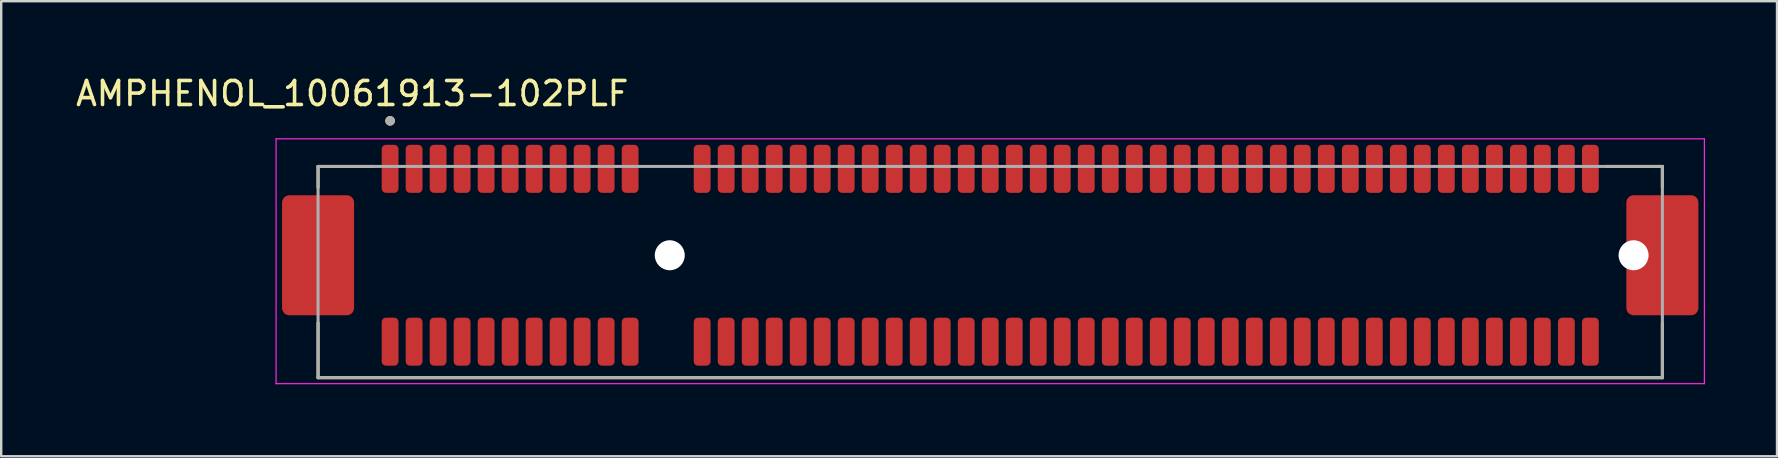
<source format=kicad_pcb>
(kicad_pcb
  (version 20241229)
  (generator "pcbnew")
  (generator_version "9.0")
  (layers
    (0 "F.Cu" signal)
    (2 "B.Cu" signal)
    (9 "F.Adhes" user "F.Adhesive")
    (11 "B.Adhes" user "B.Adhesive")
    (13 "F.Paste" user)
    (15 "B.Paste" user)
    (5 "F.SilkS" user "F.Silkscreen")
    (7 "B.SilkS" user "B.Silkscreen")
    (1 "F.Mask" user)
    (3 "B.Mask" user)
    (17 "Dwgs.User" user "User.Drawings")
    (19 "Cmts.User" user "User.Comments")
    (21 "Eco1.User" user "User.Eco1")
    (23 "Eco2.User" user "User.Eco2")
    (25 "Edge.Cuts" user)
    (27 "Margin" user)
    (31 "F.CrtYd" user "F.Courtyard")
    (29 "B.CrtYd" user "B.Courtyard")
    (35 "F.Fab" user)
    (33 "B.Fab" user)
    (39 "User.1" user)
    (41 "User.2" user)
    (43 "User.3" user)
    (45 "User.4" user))
  (footprint "AMPHENOL_10061913-102PLF"
    (layer "F.Cu")
    (at 24.85 7.583)
    (property "Reference" "AMPHENOL_10061913-102PLF" (at -13.225 -6.735 0) (layer "F.SilkS") (effects (font (size 1 1) (thickness 0.15))))
    (attr smd)
    (fp_line (start -14.65 -3.7) (end -14.65 -2.82) (stroke (width 0.127) (type solid)) (layer "F.SilkS"))
    (fp_line (start -14.65 5.1) (end -14.65 2.82) (stroke (width 0.127) (type solid)) (layer "F.SilkS"))
    (fp_line (start -14.65 5.1) (end 41.35 5.1) (stroke (width 0.127) (type solid)) (layer "F.SilkS"))
    (fp_line (start -12.32 -3.7) (end -14.65 -3.7) (stroke (width 0.127) (type solid)) (layer "F.SilkS"))
    (fp_line (start 41.35 -3.7) (end 39.02 -3.7) (stroke (width 0.127) (type solid)) (layer "F.SilkS"))
    (fp_line (start 41.35 -2.82) (end 41.35 -3.7) (stroke (width 0.127) (type solid)) (layer "F.SilkS"))
    (fp_line (start 41.35 5.1) (end 41.35 2.82) (stroke (width 0.127) (type solid)) (layer "F.SilkS"))
    (fp_circle (center -11.65 -5.6) (end -11.55 -5.6) (stroke (width 0.2) (type solid)) (fill no) (layer "F.SilkS"))
    (fp_poly (pts (xy 39.85 0.55) (xy 39.85 2.5) (xy 42.85 2.5) (xy 42.85 -2.5) (xy 39.85 -2.5) (xy 39.85 -0.55) (xy 39.9 -0.575) (xy 39.95 -0.595) (xy 40.02 -0.615) (xy 40.09 -0.625) (xy 40.15 -0.625) (xy 40.183 -0.624) (xy 40.215 -0.622) (xy 40.248 -0.617) (xy 40.28 -0.611) (xy 40.312 -0.604) (xy 40.343 -0.594) (xy 40.374 -0.583) (xy 40.404 -0.571) (xy 40.434 -0.557) (xy 40.462 -0.541) (xy 40.49 -0.524) (xy 40.517 -0.506) (xy 40.543 -0.486) (xy 40.568 -0.464) (xy 40.592 -0.442) (xy 40.614 -0.418) (xy 40.636 -0.393) (xy 40.656 -0.367) (xy 40.674 -0.34) (xy 40.691 -0.312) (xy 40.707 -0.284) (xy 40.721 -0.254) (xy 40.733 -0.224) (xy 40.744 -0.193) (xy 40.754 -0.162) (xy 40.761 -0.13) (xy 40.767 -0.098) (xy 40.772 -0.065) (xy 40.774 -0.033) (xy 40.775 0) (xy 40.774 0.033) (xy 40.772 0.065) (xy 40.767 0.098) (xy 40.761 0.13) (xy 40.754 0.162) (xy 40.744 0.193) (xy 40.733 0.224) (xy 40.721 0.254) (xy 40.707 0.284) (xy 40.691 0.312) (xy 40.674 0.34) (xy 40.656 0.367) (xy 40.636 0.393) (xy 40.614 0.418) (xy 40.592 0.442) (xy 40.568 0.464) (xy 40.543 0.486) (xy 40.517 0.506) (xy 40.49 0.524) (xy 40.462 0.541) (xy 40.434 0.557) (xy 40.404 0.571) (xy 40.374 0.583) (xy 40.343 0.594) (xy 40.312 0.604) (xy 40.28 0.611) (xy 40.248 0.617) (xy 40.215 0.622) (xy 40.183 0.624) (xy 40.15 0.625) (xy 40.095 0.625) (xy 40.05 0.62) (xy 40.005 0.61) (xy 39.94 0.59) (xy 39.88 0.565) (xy 39.85 0.55)) (stroke (width 0.01) (type solid)) (fill yes) (layer "F.Paste"))
    (fp_line (start -16.4 -4.85) (end -16.4 5.35) (stroke (width 0.05) (type solid)) (layer "F.CrtYd"))
    (fp_line (start -16.4 5.35) (end 43.1 5.35) (stroke (width 0.05) (type solid)) (layer "F.CrtYd"))
    (fp_line (start 43.1 -4.85) (end -16.4 -4.85) (stroke (width 0.05) (type solid)) (layer "F.CrtYd"))
    (fp_line (start 43.1 5.35) (end 43.1 -4.85) (stroke (width 0.05) (type solid)) (layer "F.CrtYd"))
    (fp_line (start -14.65 -3.7) (end -14.65 5.1) (stroke (width 0.127) (type solid)) (layer "F.Fab"))
    (fp_line (start -14.65 5.1) (end 41.35 5.1) (stroke (width 0.127) (type solid)) (layer "F.Fab"))
    (fp_line (start 41.35 -3.7) (end -14.65 -3.7) (stroke (width 0.127) (type solid)) (layer "F.Fab"))
    (fp_line (start 41.35 5.1) (end 41.35 -3.7) (stroke (width 0.127) (type solid)) (layer "F.Fab"))
    (fp_circle (center -11.65 -5.6) (end -11.55 -5.6) (stroke (width 0.2) (type solid)) (fill no) (layer "F.Fab"))
    (pad "" np_thru_hole circle (at 0 0) (size 1.25 1.25) (drill 1.25) (layers "*.Cu" "*.Mask"))
    (pad "" np_thru_hole circle (at 40.15 0) (size 1.25 1.25) (drill 1.25) (layers "*.Cu" "*.Mask"))
    (pad "A1" smd roundrect (at -11.65 -3.6) (size 0.7 2) (layers "F.Cu" "F.Mask" "F.Paste") (roundrect_rratio 0.25))
    (pad "A2" smd roundrect (at -10.65 -3.6) (size 0.7 2) (layers "F.Cu" "F.Mask" "F.Paste") (roundrect_rratio 0.25))
    (pad "A3" smd roundrect (at -9.65 -3.6) (size 0.7 2) (layers "F.Cu" "F.Mask" "F.Paste") (roundrect_rratio 0.25))
    (pad "A4" smd roundrect (at -8.65 -3.6) (size 0.7 2) (layers "F.Cu" "F.Mask" "F.Paste") (roundrect_rratio 0.25))
    (pad "A5" smd roundrect (at -7.65 -3.6) (size 0.7 2) (layers "F.Cu" "F.Mask" "F.Paste") (roundrect_rratio 0.25))
    (pad "A6" smd roundrect (at -6.65 -3.6) (size 0.7 2) (layers "F.Cu" "F.Mask" "F.Paste") (roundrect_rratio 0.25))
    (pad "A7" smd roundrect (at -5.65 -3.6) (size 0.7 2) (layers "F.Cu" "F.Mask" "F.Paste") (roundrect_rratio 0.25))
    (pad "A8" smd roundrect (at -4.65 -3.6) (size 0.7 2) (layers "F.Cu" "F.Mask" "F.Paste") (roundrect_rratio 0.25))
    (pad "A9" smd roundrect (at -3.65 -3.6) (size 0.7 2) (layers "F.Cu" "F.Mask" "F.Paste") (roundrect_rratio 0.25))
    (pad "A10" smd roundrect (at -2.65 -3.6) (size 0.7 2) (layers "F.Cu" "F.Mask" "F.Paste") (roundrect_rratio 0.25))
    (pad "A11" smd roundrect (at -1.65 -3.6) (size 0.7 2) (layers "F.Cu" "F.Mask" "F.Paste") (roundrect_rratio 0.25))
    (pad "A12" smd roundrect (at 1.35 -3.6) (size 0.7 2) (layers "F.Cu" "F.Mask" "F.Paste") (roundrect_rratio 0.25))
    (pad "A13" smd roundrect (at 2.35 -3.6) (size 0.7 2) (layers "F.Cu" "F.Mask" "F.Paste") (roundrect_rratio 0.25))
    (pad "A14" smd roundrect (at 3.35 -3.6) (size 0.7 2) (layers "F.Cu" "F.Mask" "F.Paste") (roundrect_rratio 0.25))
    (pad "A15" smd roundrect (at 4.35 -3.6) (size 0.7 2) (layers "F.Cu" "F.Mask" "F.Paste") (roundrect_rratio 0.25))
    (pad "A16" smd roundrect (at 5.35 -3.6) (size 0.7 2) (layers "F.Cu" "F.Mask" "F.Paste") (roundrect_rratio 0.25))
    (pad "A17" smd roundrect (at 6.35 -3.6) (size 0.7 2) (layers "F.Cu" "F.Mask" "F.Paste") (roundrect_rratio 0.25))
    (pad "A18" smd roundrect (at 7.35 -3.6) (size 0.7 2) (layers "F.Cu" "F.Mask" "F.Paste") (roundrect_rratio 0.25))
    (pad "A19" smd roundrect (at 8.35 -3.6) (size 0.7 2) (layers "F.Cu" "F.Mask" "F.Paste") (roundrect_rratio 0.25))
    (pad "A20" smd roundrect (at 9.35 -3.6) (size 0.7 2) (layers "F.Cu" "F.Mask" "F.Paste") (roundrect_rratio 0.25))
    (pad "A21" smd roundrect (at 10.35 -3.6) (size 0.7 2) (layers "F.Cu" "F.Mask" "F.Paste") (roundrect_rratio 0.25))
    (pad "A22" smd roundrect (at 11.35 -3.6) (size 0.7 2) (layers "F.Cu" "F.Mask" "F.Paste") (roundrect_rratio 0.25))
    (pad "A23" smd roundrect (at 12.35 -3.6) (size 0.7 2) (layers "F.Cu" "F.Mask" "F.Paste") (roundrect_rratio 0.25))
    (pad "A24" smd roundrect (at 13.35 -3.6) (size 0.7 2) (layers "F.Cu" "F.Mask" "F.Paste") (roundrect_rratio 0.25))
    (pad "A25" smd roundrect (at 14.35 -3.6) (size 0.7 2) (layers "F.Cu" "F.Mask" "F.Paste") (roundrect_rratio 0.25))
    (pad "A26" smd roundrect (at 15.35 -3.6) (size 0.7 2) (layers "F.Cu" "F.Mask" "F.Paste") (roundrect_rratio 0.25))
    (pad "A27" smd roundrect (at 16.35 -3.6) (size 0.7 2) (layers "F.Cu" "F.Mask" "F.Paste") (roundrect_rratio 0.25))
    (pad "A28" smd roundrect (at 17.35 -3.6) (size 0.7 2) (layers "F.Cu" "F.Mask" "F.Paste") (roundrect_rratio 0.25))
    (pad "A29" smd roundrect (at 18.35 -3.6) (size 0.7 2) (layers "F.Cu" "F.Mask" "F.Paste") (roundrect_rratio 0.25))
    (pad "A30" smd roundrect (at 19.35 -3.6) (size 0.7 2) (layers "F.Cu" "F.Mask" "F.Paste") (roundrect_rratio 0.25))
    (pad "A31" smd roundrect (at 20.35 -3.6) (size 0.7 2) (layers "F.Cu" "F.Mask" "F.Paste") (roundrect_rratio 0.25))
    (pad "A32" smd roundrect (at 21.35 -3.6) (size 0.7 2) (layers "F.Cu" "F.Mask" "F.Paste") (roundrect_rratio 0.25))
    (pad "A33" smd roundrect (at 22.35 -3.6) (size 0.7 2) (layers "F.Cu" "F.Mask" "F.Paste") (roundrect_rratio 0.25))
    (pad "A34" smd roundrect (at 23.35 -3.6) (size 0.7 2) (layers "F.Cu" "F.Mask" "F.Paste") (roundrect_rratio 0.25))
    (pad "A35" smd roundrect (at 24.35 -3.6) (size 0.7 2) (layers "F.Cu" "F.Mask" "F.Paste") (roundrect_rratio 0.25))
    (pad "A36" smd roundrect (at 25.35 -3.6) (size 0.7 2) (layers "F.Cu" "F.Mask" "F.Paste") (roundrect_rratio 0.25))
    (pad "A37" smd roundrect (at 26.35 -3.6) (size 0.7 2) (layers "F.Cu" "F.Mask" "F.Paste") (roundrect_rratio 0.25))
    (pad "A38" smd roundrect (at 27.35 -3.6) (size 0.7 2) (layers "F.Cu" "F.Mask" "F.Paste") (roundrect_rratio 0.25))
    (pad "A39" smd roundrect (at 28.35 -3.6) (size 0.7 2) (layers "F.Cu" "F.Mask" "F.Paste") (roundrect_rratio 0.25))
    (pad "A40" smd roundrect (at 29.35 -3.6) (size 0.7 2) (layers "F.Cu" "F.Mask" "F.Paste") (roundrect_rratio 0.25))
    (pad "A41" smd roundrect (at 30.35 -3.6) (size 0.7 2) (layers "F.Cu" "F.Mask" "F.Paste") (roundrect_rratio 0.25))
    (pad "A42" smd roundrect (at 31.35 -3.6) (size 0.7 2) (layers "F.Cu" "F.Mask" "F.Paste") (roundrect_rratio 0.25))
    (pad "A43" smd roundrect (at 32.35 -3.6) (size 0.7 2) (layers "F.Cu" "F.Mask" "F.Paste") (roundrect_rratio 0.25))
    (pad "A44" smd roundrect (at 33.35 -3.6) (size 0.7 2) (layers "F.Cu" "F.Mask" "F.Paste") (roundrect_rratio 0.25))
    (pad "A45" smd roundrect (at 34.35 -3.6) (size 0.7 2) (layers "F.Cu" "F.Mask" "F.Paste") (roundrect_rratio 0.25))
    (pad "A46" smd roundrect (at 35.35 -3.6) (size 0.7 2) (layers "F.Cu" "F.Mask" "F.Paste") (roundrect_rratio 0.25))
    (pad "A47" smd roundrect (at 36.35 -3.6) (size 0.7 2) (layers "F.Cu" "F.Mask" "F.Paste") (roundrect_rratio 0.25))
    (pad "A48" smd roundrect (at 37.35 -3.6) (size 0.7 2) (layers "F.Cu" "F.Mask" "F.Paste") (roundrect_rratio 0.25))
    (pad "A49" smd roundrect (at 38.35 -3.6) (size 0.7 2) (layers "F.Cu" "F.Mask" "F.Paste") (roundrect_rratio 0.25))
    (pad "B1" smd roundrect (at -11.65 3.6) (size 0.7 2) (layers "F.Cu" "F.Mask" "F.Paste") (roundrect_rratio 0.25))
    (pad "B2" smd roundrect (at -10.65 3.6) (size 0.7 2) (layers "F.Cu" "F.Mask" "F.Paste") (roundrect_rratio 0.25))
    (pad "B3" smd roundrect (at -9.65 3.6) (size 0.7 2) (layers "F.Cu" "F.Mask" "F.Paste") (roundrect_rratio 0.25))
    (pad "B4" smd roundrect (at -8.65 3.6) (size 0.7 2) (layers "F.Cu" "F.Mask" "F.Paste") (roundrect_rratio 0.25))
    (pad "B5" smd roundrect (at -7.65 3.6) (size 0.7 2) (layers "F.Cu" "F.Mask" "F.Paste") (roundrect_rratio 0.25))
    (pad "B6" smd roundrect (at -6.65 3.6) (size 0.7 2) (layers "F.Cu" "F.Mask" "F.Paste") (roundrect_rratio 0.25))
    (pad "B7" smd roundrect (at -5.65 3.6) (size 0.7 2) (layers "F.Cu" "F.Mask" "F.Paste") (roundrect_rratio 0.25))
    (pad "B8" smd roundrect (at -4.65 3.6) (size 0.7 2) (layers "F.Cu" "F.Mask" "F.Paste") (roundrect_rratio 0.25))
    (pad "B9" smd roundrect (at -3.65 3.6) (size 0.7 2) (layers "F.Cu" "F.Mask" "F.Paste") (roundrect_rratio 0.25))
    (pad "B10" smd roundrect (at -2.65 3.6) (size 0.7 2) (layers "F.Cu" "F.Mask" "F.Paste") (roundrect_rratio 0.25))
    (pad "B11" smd roundrect (at -1.65 3.6) (size 0.7 2) (layers "F.Cu" "F.Mask" "F.Paste") (roundrect_rratio 0.25))
    (pad "B12" smd roundrect (at 1.35 3.6) (size 0.7 2) (layers "F.Cu" "F.Mask" "F.Paste") (roundrect_rratio 0.25))
    (pad "B13" smd roundrect (at 2.35 3.6) (size 0.7 2) (layers "F.Cu" "F.Mask" "F.Paste") (roundrect_rratio 0.25))
    (pad "B14" smd roundrect (at 3.35 3.6) (size 0.7 2) (layers "F.Cu" "F.Mask" "F.Paste") (roundrect_rratio 0.25))
    (pad "B15" smd roundrect (at 4.35 3.6) (size 0.7 2) (layers "F.Cu" "F.Mask" "F.Paste") (roundrect_rratio 0.25))
    (pad "B16" smd roundrect (at 5.35 3.6) (size 0.7 2) (layers "F.Cu" "F.Mask" "F.Paste") (roundrect_rratio 0.25))
    (pad "B17" smd roundrect (at 6.35 3.6) (size 0.7 2) (layers "F.Cu" "F.Mask" "F.Paste") (roundrect_rratio 0.25))
    (pad "B18" smd roundrect (at 7.35 3.6) (size 0.7 2) (layers "F.Cu" "F.Mask" "F.Paste") (roundrect_rratio 0.25))
    (pad "B19" smd roundrect (at 8.35 3.6) (size 0.7 2) (layers "F.Cu" "F.Mask" "F.Paste") (roundrect_rratio 0.25))
    (pad "B20" smd roundrect (at 9.35 3.6) (size 0.7 2) (layers "F.Cu" "F.Mask" "F.Paste") (roundrect_rratio 0.25))
    (pad "B21" smd roundrect (at 10.35 3.6) (size 0.7 2) (layers "F.Cu" "F.Mask" "F.Paste") (roundrect_rratio 0.25))
    (pad "B22" smd roundrect (at 11.35 3.6) (size 0.7 2) (layers "F.Cu" "F.Mask" "F.Paste") (roundrect_rratio 0.25))
    (pad "B23" smd roundrect (at 12.35 3.6) (size 0.7 2) (layers "F.Cu" "F.Mask" "F.Paste") (roundrect_rratio 0.25))
    (pad "B24" smd roundrect (at 13.35 3.6) (size 0.7 2) (layers "F.Cu" "F.Mask" "F.Paste") (roundrect_rratio 0.25))
    (pad "B25" smd roundrect (at 14.35 3.6) (size 0.7 2) (layers "F.Cu" "F.Mask" "F.Paste") (roundrect_rratio 0.25))
    (pad "B26" smd roundrect (at 15.35 3.6) (size 0.7 2) (layers "F.Cu" "F.Mask" "F.Paste") (roundrect_rratio 0.25))
    (pad "B27" smd roundrect (at 16.35 3.6) (size 0.7 2) (layers "F.Cu" "F.Mask" "F.Paste") (roundrect_rratio 0.25))
    (pad "B28" smd roundrect (at 17.35 3.6) (size 0.7 2) (layers "F.Cu" "F.Mask" "F.Paste") (roundrect_rratio 0.25))
    (pad "B29" smd roundrect (at 18.35 3.6) (size 0.7 2) (layers "F.Cu" "F.Mask" "F.Paste") (roundrect_rratio 0.25))
    (pad "B30" smd roundrect (at 19.35 3.6) (size 0.7 2) (layers "F.Cu" "F.Mask" "F.Paste") (roundrect_rratio 0.25))
    (pad "B31" smd roundrect (at 20.35 3.6) (size 0.7 2) (layers "F.Cu" "F.Mask" "F.Paste") (roundrect_rratio 0.25))
    (pad "B32" smd roundrect (at 21.35 3.6) (size 0.7 2) (layers "F.Cu" "F.Mask" "F.Paste") (roundrect_rratio 0.25))
    (pad "B33" smd roundrect (at 22.35 3.6) (size 0.7 2) (layers "F.Cu" "F.Mask" "F.Paste") (roundrect_rratio 0.25))
    (pad "B34" smd roundrect (at 23.35 3.6) (size 0.7 2) (layers "F.Cu" "F.Mask" "F.Paste") (roundrect_rratio 0.25))
    (pad "B35" smd roundrect (at 24.35 3.6) (size 0.7 2) (layers "F.Cu" "F.Mask" "F.Paste") (roundrect_rratio 0.25))
    (pad "B36" smd roundrect (at 25.35 3.6) (size 0.7 2) (layers "F.Cu" "F.Mask" "F.Paste") (roundrect_rratio 0.25))
    (pad "B37" smd roundrect (at 26.35 3.6) (size 0.7 2) (layers "F.Cu" "F.Mask" "F.Paste") (roundrect_rratio 0.25))
    (pad "B38" smd roundrect (at 27.35 3.6) (size 0.7 2) (layers "F.Cu" "F.Mask" "F.Paste") (roundrect_rratio 0.25))
    (pad "B39" smd roundrect (at 28.35 3.6) (size 0.7 2) (layers "F.Cu" "F.Mask" "F.Paste") (roundrect_rratio 0.25))
    (pad "B40" smd roundrect (at 29.35 3.6) (size 0.7 2) (layers "F.Cu" "F.Mask" "F.Paste") (roundrect_rratio 0.25))
    (pad "B41" smd roundrect (at 30.35 3.6) (size 0.7 2) (layers "F.Cu" "F.Mask" "F.Paste") (roundrect_rratio 0.25))
    (pad "B42" smd roundrect (at 31.35 3.6) (size 0.7 2) (layers "F.Cu" "F.Mask" "F.Paste") (roundrect_rratio 0.25))
    (pad "B43" smd roundrect (at 32.35 3.6) (size 0.7 2) (layers "F.Cu" "F.Mask" "F.Paste") (roundrect_rratio 0.25))
    (pad "B44" smd roundrect (at 33.35 3.6) (size 0.7 2) (layers "F.Cu" "F.Mask" "F.Paste") (roundrect_rratio 0.25))
    (pad "B45" smd roundrect (at 34.35 3.6) (size 0.7 2) (layers "F.Cu" "F.Mask" "F.Paste") (roundrect_rratio 0.25))
    (pad "B46" smd roundrect (at 35.35 3.6) (size 0.7 2) (layers "F.Cu" "F.Mask" "F.Paste") (roundrect_rratio 0.25))
    (pad "B47" smd roundrect (at 36.35 3.6) (size 0.7 2) (layers "F.Cu" "F.Mask" "F.Paste") (roundrect_rratio 0.25))
    (pad "B48" smd roundrect (at 37.35 3.6) (size 0.7 2) (layers "F.Cu" "F.Mask" "F.Paste") (roundrect_rratio 0.25))
    (pad "B49" smd roundrect (at 38.35 3.6) (size 0.7 2) (layers "F.Cu" "F.Mask" "F.Paste") (roundrect_rratio 0.25))
    (pad "S1" smd roundrect (at -14.65 0) (size 3 5) (layers "F.Cu" "F.Mask" "F.Paste") (roundrect_rratio 0.1))
    (pad "S2" smd roundrect (at 41.35 0) (size 3 5) (layers "F.Cu" "F.Mask") (roundrect_rratio 0.1)))
  (gr_rect
    (start -3 -3)
    (end 70.975 15.958)
    (stroke (width 0.1) (type default))
    (fill no)
    (layer "Edge.Cuts")))
</source>
